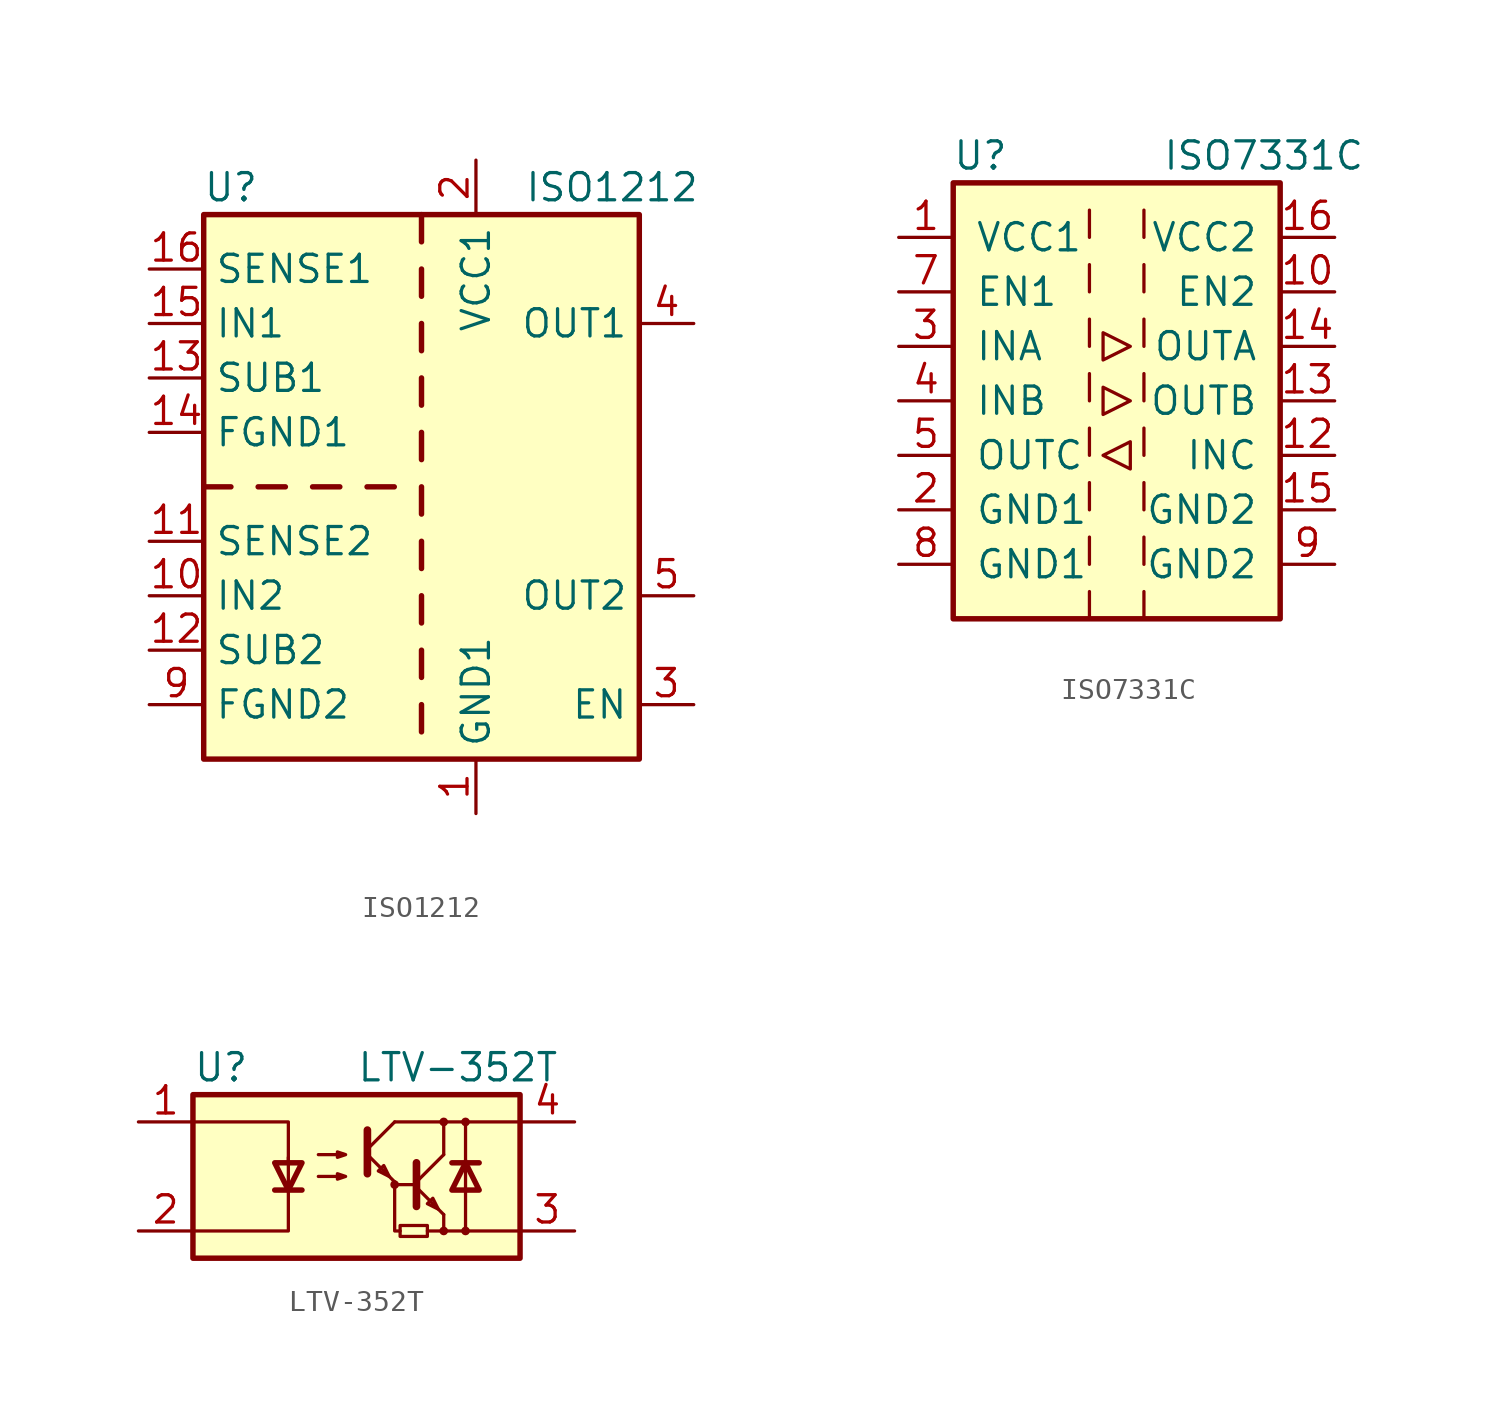
<source format=kicad_sym>
(kicad_symbol_lib
  (version 20200908)
  (generator kicad_symbol_editor)
  (symbol "Isolator:ISO1212"
    (property "Reference" "U"
      (at -8.89 13.97 0)
      (effects (font (size 1.27 1.27))))
    (property "Value" "ISO1212"
      (at 8.89 13.97 0)
      (effects (font (size 1.27 1.27))))
    (symbol "ISO1212_0_1"
      (rectangle (start -10.16 12.7) (end 10.16 -12.7) (stroke (width 0.254)) (fill (type background)))
      (polyline (pts (xy -8.89 0) (xy -10.16 0)) (stroke (width 0.254)) (fill (type none)))
      (polyline (pts (xy -6.35 0) (xy -7.62 0)) (stroke (width 0.254)) (fill (type none)))
      (polyline (pts (xy -3.81 0) (xy -5.08 0)) (stroke (width 0.254)) (fill (type none)))
      (polyline (pts (xy -1.27 0) (xy -2.54 0)) (stroke (width 0.254)) (fill (type none)))
      (polyline (pts (xy 0 -10.16) (xy 0 -11.43)) (stroke (width 0.254)) (fill (type none)))
      (polyline (pts (xy 0 -7.62) (xy 0 -8.89)) (stroke (width 0.254)) (fill (type none)))
      (polyline (pts (xy 0 -6.35) (xy 0 -5.08)) (stroke (width 0.254)) (fill (type none)))
      (polyline (pts (xy 0 -3.81) (xy 0 -2.54)) (stroke (width 0.254)) (fill (type none)))
      (polyline (pts (xy 0 -1.27) (xy 0 0)) (stroke (width 0.254)) (fill (type none)))
      (polyline (pts (xy 0 1.27) (xy 0 2.54)) (stroke (width 0.254)) (fill (type none)))
      (polyline (pts (xy 0 3.81) (xy 0 5.08)) (stroke (width 0.254)) (fill (type none)))
      (polyline (pts (xy 0 6.35) (xy 0 7.62)) (stroke (width 0.254)) (fill (type none)))
      (polyline (pts (xy 0 8.89) (xy 0 10.16)) (stroke (width 0.254)) (fill (type none)))
      (polyline (pts (xy 0 11.43) (xy 0 12.7)) (stroke (width 0.254)) (fill (type none))))
    (symbol "ISO1212_1_1"
      (pin power_in line (at 2.54 -15.24 90) (length 2.54) (name "GND1" (effects (font (size 1.27 1.27)))) (number "1" (effects (font (size 1.27 1.27)))))
      (pin input line (at -12.7 -5.08 0) (length 2.54) (name "IN2" (effects (font (size 1.27 1.27)))) (number "10" (effects (font (size 1.27 1.27)))))
      (pin input line (at -12.7 -2.54 0) (length 2.54) (name "SENSE2" (effects (font (size 1.27 1.27)))) (number "11" (effects (font (size 1.27 1.27)))))
      (pin passive line (at -12.7 -7.62 0) (length 2.54) (name "SUB2" (effects (font (size 1.27 1.27)))) (number "12" (effects (font (size 1.27 1.27)))))
      (pin passive line (at -12.7 5.08 0) (length 2.54) (name "SUB1" (effects (font (size 1.27 1.27)))) (number "13" (effects (font (size 1.27 1.27)))))
      (pin power_in line (at -12.7 2.54 0) (length 2.54) (name "FGND1" (effects (font (size 1.27 1.27)))) (number "14" (effects (font (size 1.27 1.27)))))
      (pin input line (at -12.7 7.62 0) (length 2.54) (name "IN1" (effects (font (size 1.27 1.27)))) (number "15" (effects (font (size 1.27 1.27)))))
      (pin input line (at -12.7 10.16 0) (length 2.54) (name "SENSE1" (effects (font (size 1.27 1.27)))) (number "16" (effects (font (size 1.27 1.27)))))
      (pin power_in line (at 2.54 15.24 270) (length 2.54) (name "VCC1" (effects (font (size 1.27 1.27)))) (number "2" (effects (font (size 1.27 1.27)))))
      (pin input line (at 12.7 -10.16 180) (length 2.54) (name "EN" (effects (font (size 1.27 1.27)))) (number "3" (effects (font (size 1.27 1.27)))))
      (pin tri_state line (at 12.7 7.62 180) (length 2.54) (name "OUT1" (effects (font (size 1.27 1.27)))) (number "4" (effects (font (size 1.27 1.27)))))
      (pin tri_state line (at 12.7 -5.08 180) (length 2.54) (name "OUT2" (effects (font (size 1.27 1.27)))) (number "5" (effects (font (size 1.27 1.27)))))
      (pin unconnected line (at 10.16 2.54 180) (length 2.54) hide (name "NC" (effects (font (size 1.27 1.27)))) (number "6" (effects (font (size 1.27 1.27)))))
      (pin unconnected line (at 10.16 0 180) (length 2.54) hide (name "NC" (effects (font (size 1.27 1.27)))) (number "7" (effects (font (size 1.27 1.27)))))
      (pin passive line (at 2.54 -15.24 90) (length 2.54) hide (name "GND1" (effects (font (size 1.27 1.27)))) (number "8" (effects (font (size 1.27 1.27)))))
      (pin power_in line (at -12.7 -10.16 0) (length 2.54) (name "FGND2" (effects (font (size 1.27 1.27)))) (number "9" (effects (font (size 1.27 1.27)))))))
  (symbol "Isolator:ISO7331C"
    (pin_names
      (offset 1.016))
    (property "Reference" "U"
      (at -6.35 11.43 0)
      (effects (font (size 1.27 1.27))))
    (property "Value" "ISO7331C"
      (at 6.858 11.43 0)
      (effects (font (size 1.27 1.27))))
    (symbol "ISO7331C_0_1"
      (rectangle (start -7.62 10.16) (end 7.62 -10.16) (stroke (width 0.254)) (fill (type background)))
      (polyline (pts (xy -1.27 -8.89) (xy -1.27 -10.16)) (stroke (width 0)) (fill (type none)))
      (polyline (pts (xy -1.27 -6.35) (xy -1.27 -7.62)) (stroke (width 0)) (fill (type none)))
      (polyline (pts (xy -1.27 -3.81) (xy -1.27 -5.08)) (stroke (width 0)) (fill (type none)))
      (polyline (pts (xy -1.27 -1.27) (xy -1.27 -2.54)) (stroke (width 0)) (fill (type none)))
      (polyline (pts (xy -1.27 1.27) (xy -1.27 0)) (stroke (width 0)) (fill (type none)))
      (polyline (pts (xy -1.27 3.81) (xy -1.27 2.54)) (stroke (width 0)) (fill (type none)))
      (polyline (pts (xy -1.27 6.35) (xy -1.27 5.08)) (stroke (width 0)) (fill (type none)))
      (polyline (pts (xy -1.27 8.89) (xy -1.27 7.62)) (stroke (width 0)) (fill (type none)))
      (polyline (pts (xy 1.27 -8.89) (xy 1.27 -10.16)) (stroke (width 0)) (fill (type none)))
      (polyline (pts (xy 1.27 -6.35) (xy 1.27 -7.62)) (stroke (width 0)) (fill (type none)))
      (polyline (pts (xy 1.27 -3.81) (xy 1.27 -5.08)) (stroke (width 0)) (fill (type none)))
      (polyline (pts (xy 1.27 -1.27) (xy 1.27 -2.54)) (stroke (width 0)) (fill (type none)))
      (polyline (pts (xy 1.27 1.27) (xy 1.27 0)) (stroke (width 0)) (fill (type none)))
      (polyline (pts (xy 1.27 3.81) (xy 1.27 2.54)) (stroke (width 0)) (fill (type none)))
      (polyline (pts (xy 1.27 6.35) (xy 1.27 5.08)) (stroke (width 0)) (fill (type none)))
      (polyline (pts (xy 1.27 8.89) (xy 1.27 7.62)) (stroke (width 0)) (fill (type none)))
      (polyline (pts (xy -0.635 -2.54) (xy 0.635 -1.905) (xy 0.635 -3.175) (xy -0.635 -2.54)) (stroke (width 0)) (fill (type none)))
      (polyline (pts (xy -0.635 0.635) (xy -0.635 -0.635) (xy 0.635 0) (xy -0.635 0.635)) (stroke (width 0)) (fill (type none)))
      (polyline (pts (xy -0.635 3.175) (xy -0.635 1.905) (xy 0.635 2.54) (xy -0.635 3.175)) (stroke (width 0)) (fill (type none))))
    (symbol "ISO7331C_1_1"
      (pin power_in line (at -10.16 7.62 0) (length 2.54) (name "VCC1" (effects (font (size 1.27 1.27)))) (number "1" (effects (font (size 1.27 1.27)))))
      (pin input line (at 10.16 5.08 180) (length 2.54) (name "EN2" (effects (font (size 1.27 1.27)))) (number "10" (effects (font (size 1.27 1.27)))))
      (pin unconnected line (at 0 10.16 270) (length 2.54) hide (name "NC" (effects (font (size 1.27 1.27)))) (number "11" (effects (font (size 1.27 1.27)))))
      (pin input line (at 10.16 -2.54 180) (length 2.54) (name "INC" (effects (font (size 1.27 1.27)))) (number "12" (effects (font (size 1.27 1.27)))))
      (pin output line (at 10.16 0 180) (length 2.54) (name "OUTB" (effects (font (size 1.27 1.27)))) (number "13" (effects (font (size 1.27 1.27)))))
      (pin output line (at 10.16 2.54 180) (length 2.54) (name "OUTA" (effects (font (size 1.27 1.27)))) (number "14" (effects (font (size 1.27 1.27)))))
      (pin power_in line (at 10.16 -5.08 180) (length 2.54) (name "GND2" (effects (font (size 1.27 1.27)))) (number "15" (effects (font (size 1.27 1.27)))))
      (pin power_in line (at 10.16 7.62 180) (length 2.54) (name "VCC2" (effects (font (size 1.27 1.27)))) (number "16" (effects (font (size 1.27 1.27)))))
      (pin power_in line (at -10.16 -5.08 0) (length 2.54) (name "GND1" (effects (font (size 1.27 1.27)))) (number "2" (effects (font (size 1.27 1.27)))))
      (pin input line (at -10.16 2.54 0) (length 2.54) (name "INA" (effects (font (size 1.27 1.27)))) (number "3" (effects (font (size 1.27 1.27)))))
      (pin input line (at -10.16 0 0) (length 2.54) (name "INB" (effects (font (size 1.27 1.27)))) (number "4" (effects (font (size 1.27 1.27)))))
      (pin output line (at -10.16 -2.54 0) (length 2.54) (name "OUTC" (effects (font (size 1.27 1.27)))) (number "5" (effects (font (size 1.27 1.27)))))
      (pin unconnected line (at 0 -10.16 90) (length 2.54) hide (name "NC" (effects (font (size 1.27 1.27)))) (number "6" (effects (font (size 1.27 1.27)))))
      (pin input line (at -10.16 5.08 0) (length 2.54) (name "EN1" (effects (font (size 1.27 1.27)))) (number "7" (effects (font (size 1.27 1.27)))))
      (pin power_in line (at -10.16 -7.62 0) (length 2.54) (name "GND1" (effects (font (size 1.27 1.27)))) (number "8" (effects (font (size 1.27 1.27)))))
      (pin power_in line (at 10.16 -7.62 180) (length 2.54) (name "GND2" (effects (font (size 1.27 1.27)))) (number "9" (effects (font (size 1.27 1.27)))))))
  (symbol "Isolator:LTV-352T"
    (pin_names
      (offset 1.016))
    (property "Reference" "U"
      (at -7.62 5.08 0)
      (effects (font (size 1.27 1.27)) (justify left)))
    (property "Value" "LTV-352T"
      (at 0 5.08 0)
      (effects (font (size 1.27 1.27)) (justify left)))
    (symbol "LTV-352T_0_1"
      (circle (center 1.778 -0.381) (radius 0.127) (stroke (width 0)) (fill (type none)))
      (circle (center 4.064 -2.54) (radius 0.127) (stroke (width 0)) (fill (type none)))
      (circle (center 4.064 2.54) (radius 0.127) (stroke (width 0)) (fill (type none)))
      (circle (center 5.08 -2.54) (radius 0.127) (stroke (width 0)) (fill (type none)))
      (circle (center 5.08 2.54) (radius 0.127) (stroke (width 0)) (fill (type none)))
      (rectangle (start -7.62 3.81) (end 7.62 -3.81) (stroke (width 0.254)) (fill (type background)))
      (polyline (pts (xy -3.81 -0.635) (xy -2.54 -0.635)) (stroke (width 0.254)) (fill (type none)))
      (polyline (pts (xy 0.508 1.016) (xy 1.778 -0.254)) (stroke (width 0)) (fill (type none)))
      (polyline (pts (xy 0.508 1.27) (xy 1.778 2.54)) (stroke (width 0)) (fill (type none)))
      (polyline (pts (xy 0.508 2.159) (xy 0.508 0.127)) (stroke (width 0.356)) (fill (type none)))
      (polyline (pts (xy 1.778 2.54) (xy 7.62 2.54)) (stroke (width 0)) (fill (type none)))
      (polyline (pts (xy 2.794 -0.508) (xy 4.064 -1.778)) (stroke (width 0)) (fill (type none)))
      (polyline (pts (xy 2.794 -0.381) (xy 1.778 -0.381)) (stroke (width 0)) (fill (type none)))
      (polyline (pts (xy 2.794 -0.254) (xy 4.064 1.016)) (stroke (width 0)) (fill (type none)))
      (polyline (pts (xy 4.064 -2.54) (xy 7.62 -2.54)) (stroke (width 0)) (fill (type none)))
      (polyline (pts (xy 4.064 -1.778) (xy 4.064 -2.54)) (stroke (width 0)) (fill (type none)))
      (polyline (pts (xy 4.064 1.016) (xy 4.064 2.54)) (stroke (width 0)) (fill (type none)))
      (polyline (pts (xy 4.445 0.635) (xy 5.715 0.635)) (stroke (width 0.254)) (fill (type none)))
      (polyline (pts (xy 5.08 0.635) (xy 5.08 2.54)) (stroke (width 0)) (fill (type none)))
      (polyline (pts (xy 5.08 0.762) (xy 5.08 -2.54)) (stroke (width 0)) (fill (type none)))
      (polyline (pts (xy -7.62 2.54) (xy -3.175 2.54) (xy -3.175 0.635)) (stroke (width 0)) (fill (type none)))
      (polyline (pts (xy -3.175 0.889) (xy -3.175 -2.54) (xy -7.62 -2.54)) (stroke (width 0)) (fill (type none)))
      (polyline (pts (xy 2.794 0.635) (xy 2.794 -1.397) (xy 2.794 -1.397)) (stroke (width 0.356)) (fill (type none)))
      (polyline (pts (xy -3.175 -0.635) (xy -3.81 0.635) (xy -2.54 0.635) (xy -3.175 -0.635)) (stroke (width 0.254)) (fill (type none)))
      (polyline (pts (xy 1.524 0) (xy 1.27 0.508) (xy 1.016 0.254) (xy 1.524 0)) (stroke (width 0)) (fill (type none)))
      (polyline (pts (xy 3.81 -1.524) (xy 3.556 -1.016) (xy 3.302 -1.27) (xy 3.81 -1.524)) (stroke (width 0)) (fill (type none)))
      (polyline (pts (xy 5.08 0.635) (xy 4.445 -0.635) (xy 5.715 -0.635) (xy 5.08 0.635)) (stroke (width 0.254)) (fill (type none)))
      (polyline (pts (xy -1.778 0) (xy -0.508 0) (xy -0.889 -0.127) (xy -0.889 0.127) (xy -0.508 0)) (stroke (width 0)) (fill (type none)))
      (polyline (pts (xy -1.778 1.016) (xy -0.508 1.016) (xy -0.889 0.889) (xy -0.889 1.143) (xy -0.508 1.016)) (stroke (width 0)) (fill (type none))))
    (symbol "LTV-352T_0_0"
      (rectangle (start 2.032 -2.286) (end 3.302 -2.794) (stroke (width 0)) (fill (type none)))
      (polyline (pts (xy 4.064 -2.54) (xy 3.302 -2.54)) (stroke (width 0)) (fill (type none)))
      (polyline (pts (xy 1.778 -0.254) (xy 1.778 -2.54) (xy 2.032 -2.54)) (stroke (width 0)) (fill (type none))))
    (symbol "LTV-352T_1_1"
      (pin passive line (at -10.16 2.54 0) (length 2.54) (name "~" (effects (font (size 1.27 1.27)))) (number "1" (effects (font (size 1.27 1.27)))))
      (pin passive line (at -10.16 -2.54 0) (length 2.54) (name "~" (effects (font (size 1.27 1.27)))) (number "2" (effects (font (size 1.27 1.27)))))
      (pin passive line (at 10.16 -2.54 180) (length 2.54) (name "~" (effects (font (size 1.27 1.27)))) (number "3" (effects (font (size 1.27 1.27)))))
      (pin passive line (at 10.16 2.54 180) (length 2.54) (name "~" (effects (font (size 1.27 1.27)))) (number "4" (effects (font (size 1.27 1.27))))))))
</source>
